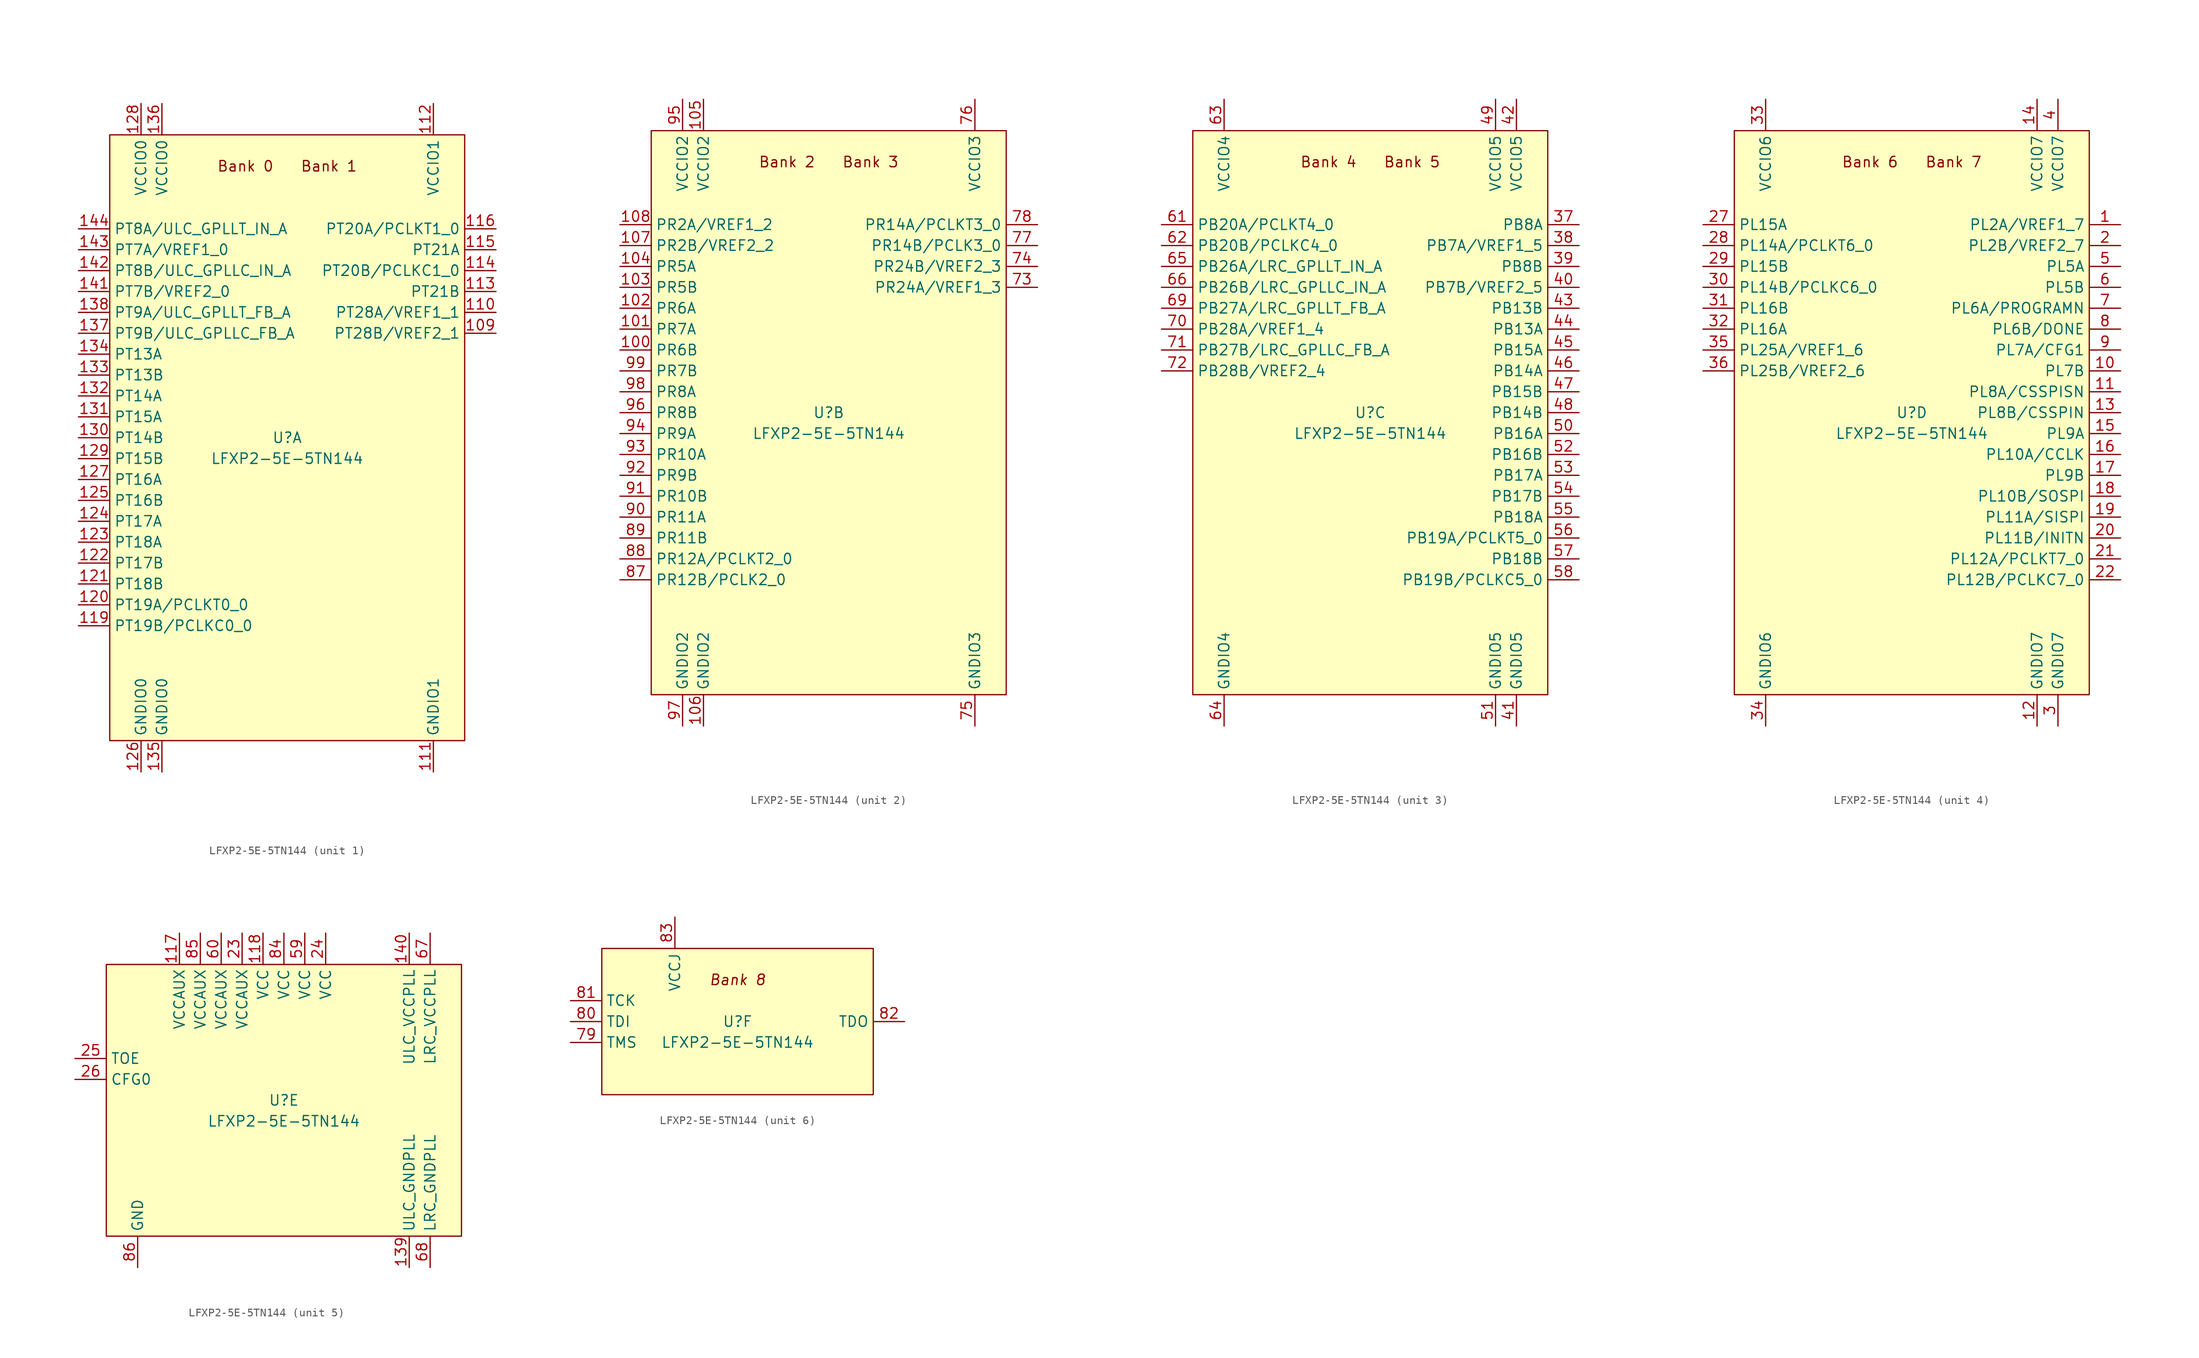
<source format=kicad_sym>
(kicad_symbol_lib
  (version 20231120)
  (generator "kicad_symbol_editor")
  (generator_version "8.0")
  (symbol "LFXP2-5E-5TN144"
    (property "Reference" "U"
      (at 0 0 0)
      (effects (font (size 1.27 1.27))))
    (property "Value" "LFXP2-5E-5TN144"
      (at 0 -2.54 0)
      (effects (font (size 1.27 1.27))))
    (property "ki_locked" ""
      (at 0 0 0)
      (effects (font (size 1.27 1.27))))
    (symbol "LFXP2-5E-5TN144_1_0"
      (text "Bank 0" (at -5.08 33.02 0) (effects (font (size 1.27 1.27))))
      (text "Bank 1" (at 5.08 33.02 0) (effects (font (size 1.27 1.27)))))
    (symbol "LFXP2-5E-5TN144_1_1"
      (rectangle (start -21.59 36.83) (end 21.59 -36.83) (stroke (width 0) (type default)) (fill (type background)))
      (pin bidirectional line (at 25.4 12.7 180) (length 3.81) (name "PT28B/VREF2_1" (effects (font (size 1.27 1.27)))) (number "109" (effects (font (size 1.27 1.27)))))
      (pin bidirectional line (at 25.4 15.24 180) (length 3.81) (name "PT28A/VREF1_1" (effects (font (size 1.27 1.27)))) (number "110" (effects (font (size 1.27 1.27)))))
      (pin power_in line (at 17.78 -40.64 90) (length 3.81) (name "GNDIO1" (effects (font (size 1.27 1.27)))) (number "111" (effects (font (size 1.27 1.27)))))
      (pin power_in line (at 17.78 40.64 270) (length 3.81) (name "VCCIO1" (effects (font (size 1.27 1.27)))) (number "112" (effects (font (size 1.27 1.27)))))
      (pin bidirectional line (at 25.4 17.78 180) (length 3.81) (name "PT21B" (effects (font (size 1.27 1.27)))) (number "113" (effects (font (size 1.27 1.27)))))
      (pin bidirectional line (at 25.4 20.32 180) (length 3.81) (name "PT20B/PCLKC1_0" (effects (font (size 1.27 1.27)))) (number "114" (effects (font (size 1.27 1.27)))))
      (pin bidirectional line (at 25.4 22.86 180) (length 3.81) (name "PT21A" (effects (font (size 1.27 1.27)))) (number "115" (effects (font (size 1.27 1.27)))))
      (pin bidirectional line (at 25.4 25.4 180) (length 3.81) (name "PT20A/PCLKT1_0" (effects (font (size 1.27 1.27)))) (number "116" (effects (font (size 1.27 1.27)))))
      (pin bidirectional line (at -25.4 -22.86 0) (length 3.81) (name "PT19B/PCLKC0_0" (effects (font (size 1.27 1.27)))) (number "119" (effects (font (size 1.27 1.27)))))
      (pin bidirectional line (at -25.4 -20.32 0) (length 3.81) (name "PT19A/PCLKT0_0" (effects (font (size 1.27 1.27)))) (number "120" (effects (font (size 1.27 1.27)))))
      (pin bidirectional line (at -25.4 -17.78 0) (length 3.81) (name "PT18B" (effects (font (size 1.27 1.27)))) (number "121" (effects (font (size 1.27 1.27)))))
      (pin bidirectional line (at -25.4 -15.24 0) (length 3.81) (name "PT17B" (effects (font (size 1.27 1.27)))) (number "122" (effects (font (size 1.27 1.27)))))
      (pin bidirectional line (at -25.4 -12.7 0) (length 3.81) (name "PT18A" (effects (font (size 1.27 1.27)))) (number "123" (effects (font (size 1.27 1.27)))))
      (pin bidirectional line (at -25.4 -10.16 0) (length 3.81) (name "PT17A" (effects (font (size 1.27 1.27)))) (number "124" (effects (font (size 1.27 1.27)))))
      (pin bidirectional line (at -25.4 -7.62 0) (length 3.81) (name "PT16B" (effects (font (size 1.27 1.27)))) (number "125" (effects (font (size 1.27 1.27)))))
      (pin power_in line (at -17.78 -40.64 90) (length 3.81) (name "GNDIO0" (effects (font (size 1.27 1.27)))) (number "126" (effects (font (size 1.27 1.27)))))
      (pin bidirectional line (at -25.4 -5.08 0) (length 3.81) (name "PT16A" (effects (font (size 1.27 1.27)))) (number "127" (effects (font (size 1.27 1.27)))))
      (pin power_in line (at -17.78 40.64 270) (length 3.81) (name "VCCIO0" (effects (font (size 1.27 1.27)))) (number "128" (effects (font (size 1.27 1.27)))))
      (pin bidirectional line (at -25.4 -2.54 0) (length 3.81) (name "PT15B" (effects (font (size 1.27 1.27)))) (number "129" (effects (font (size 1.27 1.27)))))
      (pin bidirectional line (at -25.4 0 0) (length 3.81) (name "PT14B" (effects (font (size 1.27 1.27)))) (number "130" (effects (font (size 1.27 1.27)))))
      (pin bidirectional line (at -25.4 2.54 0) (length 3.81) (name "PT15A" (effects (font (size 1.27 1.27)))) (number "131" (effects (font (size 1.27 1.27)))))
      (pin bidirectional line (at -25.4 5.08 0) (length 3.81) (name "PT14A" (effects (font (size 1.27 1.27)))) (number "132" (effects (font (size 1.27 1.27)))))
      (pin bidirectional line (at -25.4 7.62 0) (length 3.81) (name "PT13B" (effects (font (size 1.27 1.27)))) (number "133" (effects (font (size 1.27 1.27)))))
      (pin bidirectional line (at -25.4 10.16 0) (length 3.81) (name "PT13A" (effects (font (size 1.27 1.27)))) (number "134" (effects (font (size 1.27 1.27)))))
      (pin power_in line (at -15.24 -40.64 90) (length 3.81) (name "GNDIO0" (effects (font (size 1.27 1.27)))) (number "135" (effects (font (size 1.27 1.27)))))
      (pin power_in line (at -15.24 40.64 270) (length 3.81) (name "VCCIO0" (effects (font (size 1.27 1.27)))) (number "136" (effects (font (size 1.27 1.27)))))
      (pin bidirectional line (at -25.4 12.7 0) (length 3.81) (name "PT9B/ULC_GPLLC_FB_A" (effects (font (size 1.27 1.27)))) (number "137" (effects (font (size 1.27 1.27)))))
      (pin bidirectional line (at -25.4 15.24 0) (length 3.81) (name "PT9A/ULC_GPLLT_FB_A" (effects (font (size 1.27 1.27)))) (number "138" (effects (font (size 1.27 1.27)))))
      (pin bidirectional line (at -25.4 17.78 0) (length 3.81) (name "PT7B/VREF2_0" (effects (font (size 1.27 1.27)))) (number "141" (effects (font (size 1.27 1.27)))))
      (pin bidirectional line (at -25.4 20.32 0) (length 3.81) (name "PT8B/ULC_GPLLC_IN_A" (effects (font (size 1.27 1.27)))) (number "142" (effects (font (size 1.27 1.27)))))
      (pin bidirectional line (at -25.4 22.86 0) (length 3.81) (name "PT7A/VREF1_0" (effects (font (size 1.27 1.27)))) (number "143" (effects (font (size 1.27 1.27)))))
      (pin bidirectional line (at -25.4 25.4 0) (length 3.81) (name "PT8A/ULC_GPLLT_IN_A" (effects (font (size 1.27 1.27)))) (number "144" (effects (font (size 1.27 1.27))))))
    (symbol "LFXP2-5E-5TN144_2_0"
      (text "Bank 2" (at -5.08 30.48 0) (effects (font (size 1.27 1.27))))
      (text "Bank 3" (at 5.08 30.48 0) (effects (font (size 1.27 1.27)))))
    (symbol "LFXP2-5E-5TN144_2_1"
      (rectangle (start -21.59 34.29) (end 21.59 -34.29) (stroke (width 0) (type default)) (fill (type background)))
      (pin bidirectional line (at -25.4 7.62 0) (length 3.81) (name "PR6B" (effects (font (size 1.27 1.27)))) (number "100" (effects (font (size 1.27 1.27)))))
      (pin bidirectional line (at -25.4 10.16 0) (length 3.81) (name "PR7A" (effects (font (size 1.27 1.27)))) (number "101" (effects (font (size 1.27 1.27)))))
      (pin bidirectional line (at -25.4 12.7 0) (length 3.81) (name "PR6A" (effects (font (size 1.27 1.27)))) (number "102" (effects (font (size 1.27 1.27)))))
      (pin bidirectional line (at -25.4 15.24 0) (length 3.81) (name "PR5B" (effects (font (size 1.27 1.27)))) (number "103" (effects (font (size 1.27 1.27)))))
      (pin bidirectional line (at -25.4 17.78 0) (length 3.81) (name "PR5A" (effects (font (size 1.27 1.27)))) (number "104" (effects (font (size 1.27 1.27)))))
      (pin power_in line (at -15.24 38.1 270) (length 3.81) (name "VCCIO2" (effects (font (size 1.27 1.27)))) (number "105" (effects (font (size 1.27 1.27)))))
      (pin power_in line (at -15.24 -38.1 90) (length 3.81) (name "GNDIO2" (effects (font (size 1.27 1.27)))) (number "106" (effects (font (size 1.27 1.27)))))
      (pin bidirectional line (at -25.4 20.32 0) (length 3.81) (name "PR2B/VREF2_2" (effects (font (size 1.27 1.27)))) (number "107" (effects (font (size 1.27 1.27)))))
      (pin bidirectional line (at -25.4 22.86 0) (length 3.81) (name "PR2A/VREF1_2" (effects (font (size 1.27 1.27)))) (number "108" (effects (font (size 1.27 1.27)))))
      (pin bidirectional line (at 25.4 15.24 180) (length 3.81) (name "PR24A/VREF1_3" (effects (font (size 1.27 1.27)))) (number "73" (effects (font (size 1.27 1.27)))))
      (pin bidirectional line (at 25.4 17.78 180) (length 3.81) (name "PR24B/VREF2_3" (effects (font (size 1.27 1.27)))) (number "74" (effects (font (size 1.27 1.27)))))
      (pin power_in line (at 17.78 -38.1 90) (length 3.81) (name "GNDIO3" (effects (font (size 1.27 1.27)))) (number "75" (effects (font (size 1.27 1.27)))))
      (pin power_in line (at 17.78 38.1 270) (length 3.81) (name "VCCIO3" (effects (font (size 1.27 1.27)))) (number "76" (effects (font (size 1.27 1.27)))))
      (pin bidirectional line (at 25.4 20.32 180) (length 3.81) (name "PR14B/PCLK3_0" (effects (font (size 1.27 1.27)))) (number "77" (effects (font (size 1.27 1.27)))))
      (pin bidirectional line (at 25.4 22.86 180) (length 3.81) (name "PR14A/PCLKT3_0" (effects (font (size 1.27 1.27)))) (number "78" (effects (font (size 1.27 1.27)))))
      (pin bidirectional line (at -25.4 -20.32 0) (length 3.81) (name "PR12B/PCLK2_0" (effects (font (size 1.27 1.27)))) (number "87" (effects (font (size 1.27 1.27)))))
      (pin bidirectional line (at -25.4 -17.78 0) (length 3.81) (name "PR12A/PCLKT2_0" (effects (font (size 1.27 1.27)))) (number "88" (effects (font (size 1.27 1.27)))))
      (pin bidirectional line (at -25.4 -15.24 0) (length 3.81) (name "PR11B" (effects (font (size 1.27 1.27)))) (number "89" (effects (font (size 1.27 1.27)))))
      (pin bidirectional line (at -25.4 -12.7 0) (length 3.81) (name "PR11A" (effects (font (size 1.27 1.27)))) (number "90" (effects (font (size 1.27 1.27)))))
      (pin bidirectional line (at -25.4 -10.16 0) (length 3.81) (name "PR10B" (effects (font (size 1.27 1.27)))) (number "91" (effects (font (size 1.27 1.27)))))
      (pin bidirectional line (at -25.4 -7.62 0) (length 3.81) (name "PR9B" (effects (font (size 1.27 1.27)))) (number "92" (effects (font (size 1.27 1.27)))))
      (pin bidirectional line (at -25.4 -5.08 0) (length 3.81) (name "PR10A" (effects (font (size 1.27 1.27)))) (number "93" (effects (font (size 1.27 1.27)))))
      (pin bidirectional line (at -25.4 -2.54 0) (length 3.81) (name "PR9A" (effects (font (size 1.27 1.27)))) (number "94" (effects (font (size 1.27 1.27)))))
      (pin power_in line (at -17.78 38.1 270) (length 3.81) (name "VCCIO2" (effects (font (size 1.27 1.27)))) (number "95" (effects (font (size 1.27 1.27)))))
      (pin bidirectional line (at -25.4 0 0) (length 3.81) (name "PR8B" (effects (font (size 1.27 1.27)))) (number "96" (effects (font (size 1.27 1.27)))))
      (pin power_in line (at -17.78 -38.1 90) (length 3.81) (name "GNDIO2" (effects (font (size 1.27 1.27)))) (number "97" (effects (font (size 1.27 1.27)))))
      (pin bidirectional line (at -25.4 2.54 0) (length 3.81) (name "PR8A" (effects (font (size 1.27 1.27)))) (number "98" (effects (font (size 1.27 1.27)))))
      (pin bidirectional line (at -25.4 5.08 0) (length 3.81) (name "PR7B" (effects (font (size 1.27 1.27)))) (number "99" (effects (font (size 1.27 1.27))))))
    (symbol "LFXP2-5E-5TN144_3_0"
      (text "Bank 4" (at -5.08 30.48 0) (effects (font (size 1.27 1.27))))
      (text "Bank 5" (at 5.08 30.48 0) (effects (font (size 1.27 1.27)))))
    (symbol "LFXP2-5E-5TN144_3_1"
      (rectangle (start -21.59 34.29) (end 21.59 -34.29) (stroke (width 0) (type default)) (fill (type background)))
      (pin bidirectional line (at 25.4 22.86 180) (length 3.81) (name "PB8A" (effects (font (size 1.27 1.27)))) (number "37" (effects (font (size 1.27 1.27)))))
      (pin bidirectional line (at 25.4 20.32 180) (length 3.81) (name "PB7A/VREF1_5" (effects (font (size 1.27 1.27)))) (number "38" (effects (font (size 1.27 1.27)))))
      (pin bidirectional line (at 25.4 17.78 180) (length 3.81) (name "PB8B" (effects (font (size 1.27 1.27)))) (number "39" (effects (font (size 1.27 1.27)))))
      (pin bidirectional line (at 25.4 15.24 180) (length 3.81) (name "PB7B/VREF2_5" (effects (font (size 1.27 1.27)))) (number "40" (effects (font (size 1.27 1.27)))))
      (pin power_in line (at 17.78 -38.1 90) (length 3.81) (name "GNDIO5" (effects (font (size 1.27 1.27)))) (number "41" (effects (font (size 1.27 1.27)))))
      (pin power_in line (at 17.78 38.1 270) (length 3.81) (name "VCCIO5" (effects (font (size 1.27 1.27)))) (number "42" (effects (font (size 1.27 1.27)))))
      (pin bidirectional line (at 25.4 12.7 180) (length 3.81) (name "PB13B" (effects (font (size 1.27 1.27)))) (number "43" (effects (font (size 1.27 1.27)))))
      (pin bidirectional line (at 25.4 10.16 180) (length 3.81) (name "PB13A" (effects (font (size 1.27 1.27)))) (number "44" (effects (font (size 1.27 1.27)))))
      (pin bidirectional line (at 25.4 7.62 180) (length 3.81) (name "PB15A" (effects (font (size 1.27 1.27)))) (number "45" (effects (font (size 1.27 1.27)))))
      (pin bidirectional line (at 25.4 5.08 180) (length 3.81) (name "PB14A" (effects (font (size 1.27 1.27)))) (number "46" (effects (font (size 1.27 1.27)))))
      (pin bidirectional line (at 25.4 2.54 180) (length 3.81) (name "PB15B" (effects (font (size 1.27 1.27)))) (number "47" (effects (font (size 1.27 1.27)))))
      (pin bidirectional line (at 25.4 0 180) (length 3.81) (name "PB14B" (effects (font (size 1.27 1.27)))) (number "48" (effects (font (size 1.27 1.27)))))
      (pin power_in line (at 15.24 38.1 270) (length 3.81) (name "VCCIO5" (effects (font (size 1.27 1.27)))) (number "49" (effects (font (size 1.27 1.27)))))
      (pin bidirectional line (at 25.4 -2.54 180) (length 3.81) (name "PB16A" (effects (font (size 1.27 1.27)))) (number "50" (effects (font (size 1.27 1.27)))))
      (pin power_in line (at 15.24 -38.1 90) (length 3.81) (name "GNDIO5" (effects (font (size 1.27 1.27)))) (number "51" (effects (font (size 1.27 1.27)))))
      (pin bidirectional line (at 25.4 -5.08 180) (length 3.81) (name "PB16B" (effects (font (size 1.27 1.27)))) (number "52" (effects (font (size 1.27 1.27)))))
      (pin bidirectional line (at 25.4 -7.62 180) (length 3.81) (name "PB17A" (effects (font (size 1.27 1.27)))) (number "53" (effects (font (size 1.27 1.27)))))
      (pin bidirectional line (at 25.4 -10.16 180) (length 3.81) (name "PB17B" (effects (font (size 1.27 1.27)))) (number "54" (effects (font (size 1.27 1.27)))))
      (pin bidirectional line (at 25.4 -12.7 180) (length 3.81) (name "PB18A" (effects (font (size 1.27 1.27)))) (number "55" (effects (font (size 1.27 1.27)))))
      (pin bidirectional line (at 25.4 -15.24 180) (length 3.81) (name "PB19A/PCLKT5_0" (effects (font (size 1.27 1.27)))) (number "56" (effects (font (size 1.27 1.27)))))
      (pin bidirectional line (at 25.4 -17.78 180) (length 3.81) (name "PB18B" (effects (font (size 1.27 1.27)))) (number "57" (effects (font (size 1.27 1.27)))))
      (pin bidirectional line (at 25.4 -20.32 180) (length 3.81) (name "PB19B/PCLKC5_0" (effects (font (size 1.27 1.27)))) (number "58" (effects (font (size 1.27 1.27)))))
      (pin bidirectional line (at -25.4 22.86 0) (length 3.81) (name "PB20A/PCLKT4_0" (effects (font (size 1.27 1.27)))) (number "61" (effects (font (size 1.27 1.27)))))
      (pin bidirectional line (at -25.4 20.32 0) (length 3.81) (name "PB20B/PCLKC4_0" (effects (font (size 1.27 1.27)))) (number "62" (effects (font (size 1.27 1.27)))))
      (pin power_in line (at -17.78 38.1 270) (length 3.81) (name "VCCIO4" (effects (font (size 1.27 1.27)))) (number "63" (effects (font (size 1.27 1.27)))))
      (pin power_in line (at -17.78 -38.1 90) (length 3.81) (name "GNDIO4" (effects (font (size 1.27 1.27)))) (number "64" (effects (font (size 1.27 1.27)))))
      (pin bidirectional line (at -25.4 17.78 0) (length 3.81) (name "PB26A/LRC_GPLLT_IN_A" (effects (font (size 1.27 1.27)))) (number "65" (effects (font (size 1.27 1.27)))))
      (pin bidirectional line (at -25.4 15.24 0) (length 3.81) (name "PB26B/LRC_GPLLC_IN_A" (effects (font (size 1.27 1.27)))) (number "66" (effects (font (size 1.27 1.27)))))
      (pin bidirectional line (at -25.4 12.7 0) (length 3.81) (name "PB27A/LRC_GPLLT_FB_A" (effects (font (size 1.27 1.27)))) (number "69" (effects (font (size 1.27 1.27)))))
      (pin bidirectional line (at -25.4 10.16 0) (length 3.81) (name "PB28A/VREF1_4" (effects (font (size 1.27 1.27)))) (number "70" (effects (font (size 1.27 1.27)))))
      (pin bidirectional line (at -25.4 7.62 0) (length 3.81) (name "PB27B/LRC_GPLLC_FB_A" (effects (font (size 1.27 1.27)))) (number "71" (effects (font (size 1.27 1.27)))))
      (pin bidirectional line (at -25.4 5.08 0) (length 3.81) (name "PB28B/VREF2_4" (effects (font (size 1.27 1.27)))) (number "72" (effects (font (size 1.27 1.27))))))
    (symbol "LFXP2-5E-5TN144_4_0"
      (text "Bank 6" (at -5.08 30.48 0) (effects (font (size 1.27 1.27))))
      (text "Bank 7" (at 5.08 30.48 0) (effects (font (size 1.27 1.27)))))
    (symbol "LFXP2-5E-5TN144_4_1"
      (rectangle (start -21.59 34.29) (end 21.59 -34.29) (stroke (width 0) (type default)) (fill (type background)))
      (pin bidirectional line (at 25.4 22.86 180) (length 3.81) (name "PL2A/VREF1_7" (effects (font (size 1.27 1.27)))) (number "1" (effects (font (size 1.27 1.27)))))
      (pin bidirectional line (at 25.4 5.08 180) (length 3.81) (name "PL7B" (effects (font (size 1.27 1.27)))) (number "10" (effects (font (size 1.27 1.27)))))
      (pin bidirectional line (at 25.4 2.54 180) (length 3.81) (name "PL8A/CSSPISN" (effects (font (size 1.27 1.27)))) (number "11" (effects (font (size 1.27 1.27)))))
      (pin power_in line (at 15.24 -38.1 90) (length 3.81) (name "GNDIO7" (effects (font (size 1.27 1.27)))) (number "12" (effects (font (size 1.27 1.27)))))
      (pin bidirectional line (at 25.4 0 180) (length 3.81) (name "PL8B/CSSPIN" (effects (font (size 1.27 1.27)))) (number "13" (effects (font (size 1.27 1.27)))))
      (pin power_in line (at 15.24 38.1 270) (length 3.81) (name "VCCIO7" (effects (font (size 1.27 1.27)))) (number "14" (effects (font (size 1.27 1.27)))))
      (pin bidirectional line (at 25.4 -2.54 180) (length 3.81) (name "PL9A" (effects (font (size 1.27 1.27)))) (number "15" (effects (font (size 1.27 1.27)))))
      (pin bidirectional line (at 25.4 -5.08 180) (length 3.81) (name "PL10A/CCLK" (effects (font (size 1.27 1.27)))) (number "16" (effects (font (size 1.27 1.27)))))
      (pin bidirectional line (at 25.4 -7.62 180) (length 3.81) (name "PL9B" (effects (font (size 1.27 1.27)))) (number "17" (effects (font (size 1.27 1.27)))))
      (pin bidirectional line (at 25.4 -10.16 180) (length 3.81) (name "PL10B/SOSPI" (effects (font (size 1.27 1.27)))) (number "18" (effects (font (size 1.27 1.27)))))
      (pin bidirectional line (at 25.4 -12.7 180) (length 3.81) (name "PL11A/SISPI" (effects (font (size 1.27 1.27)))) (number "19" (effects (font (size 1.27 1.27)))))
      (pin bidirectional line (at 25.4 20.32 180) (length 3.81) (name "PL2B/VREF2_7" (effects (font (size 1.27 1.27)))) (number "2" (effects (font (size 1.27 1.27)))))
      (pin bidirectional line (at 25.4 -15.24 180) (length 3.81) (name "PL11B/INITN" (effects (font (size 1.27 1.27)))) (number "20" (effects (font (size 1.27 1.27)))))
      (pin bidirectional line (at 25.4 -17.78 180) (length 3.81) (name "PL12A/PCLKT7_0" (effects (font (size 1.27 1.27)))) (number "21" (effects (font (size 1.27 1.27)))))
      (pin bidirectional line (at 25.4 -20.32 180) (length 3.81) (name "PL12B/PCLKC7_0" (effects (font (size 1.27 1.27)))) (number "22" (effects (font (size 1.27 1.27)))))
      (pin bidirectional line (at -25.4 22.86 0) (length 3.81) (name "PL15A" (effects (font (size 1.27 1.27)))) (number "27" (effects (font (size 1.27 1.27)))))
      (pin bidirectional line (at -25.4 20.32 0) (length 3.81) (name "PL14A/PCLKT6_0" (effects (font (size 1.27 1.27)))) (number "28" (effects (font (size 1.27 1.27)))))
      (pin bidirectional line (at -25.4 17.78 0) (length 3.81) (name "PL15B" (effects (font (size 1.27 1.27)))) (number "29" (effects (font (size 1.27 1.27)))))
      (pin power_in line (at 17.78 -38.1 90) (length 3.81) (name "GNDIO7" (effects (font (size 1.27 1.27)))) (number "3" (effects (font (size 1.27 1.27)))))
      (pin bidirectional line (at -25.4 15.24 0) (length 3.81) (name "PL14B/PCLKC6_0" (effects (font (size 1.27 1.27)))) (number "30" (effects (font (size 1.27 1.27)))))
      (pin bidirectional line (at -25.4 12.7 0) (length 3.81) (name "PL16B" (effects (font (size 1.27 1.27)))) (number "31" (effects (font (size 1.27 1.27)))))
      (pin bidirectional line (at -25.4 10.16 0) (length 3.81) (name "PL16A" (effects (font (size 1.27 1.27)))) (number "32" (effects (font (size 1.27 1.27)))))
      (pin power_in line (at -17.78 38.1 270) (length 3.81) (name "VCCIO6" (effects (font (size 1.27 1.27)))) (number "33" (effects (font (size 1.27 1.27)))))
      (pin power_in line (at -17.78 -38.1 90) (length 3.81) (name "GNDIO6" (effects (font (size 1.27 1.27)))) (number "34" (effects (font (size 1.27 1.27)))))
      (pin bidirectional line (at -25.4 7.62 0) (length 3.81) (name "PL25A/VREF1_6" (effects (font (size 1.27 1.27)))) (number "35" (effects (font (size 1.27 1.27)))))
      (pin bidirectional line (at -25.4 5.08 0) (length 3.81) (name "PL25B/VREF2_6" (effects (font (size 1.27 1.27)))) (number "36" (effects (font (size 1.27 1.27)))))
      (pin power_in line (at 17.78 38.1 270) (length 3.81) (name "VCCIO7" (effects (font (size 1.27 1.27)))) (number "4" (effects (font (size 1.27 1.27)))))
      (pin bidirectional line (at 25.4 17.78 180) (length 3.81) (name "PL5A" (effects (font (size 1.27 1.27)))) (number "5" (effects (font (size 1.27 1.27)))))
      (pin bidirectional line (at 25.4 15.24 180) (length 3.81) (name "PL5B" (effects (font (size 1.27 1.27)))) (number "6" (effects (font (size 1.27 1.27)))))
      (pin bidirectional line (at 25.4 12.7 180) (length 3.81) (name "PL6A/PROGRAMN" (effects (font (size 1.27 1.27)))) (number "7" (effects (font (size 1.27 1.27)))))
      (pin bidirectional line (at 25.4 10.16 180) (length 3.81) (name "PL6B/DONE" (effects (font (size 1.27 1.27)))) (number "8" (effects (font (size 1.27 1.27)))))
      (pin bidirectional line (at 25.4 7.62 180) (length 3.81) (name "PL7A/CFG1" (effects (font (size 1.27 1.27)))) (number "9" (effects (font (size 1.27 1.27))))))
    (symbol "LFXP2-5E-5TN144_5_1"
      (rectangle (start -21.59 16.51) (end 21.59 -16.51) (stroke (width 0) (type default)) (fill (type background)))
      (pin power_in line (at -12.7 20.32 270) (length 3.81) (name "VCCAUX" (effects (font (size 1.27 1.27)))) (number "117" (effects (font (size 1.27 1.27)))))
      (pin power_in line (at -2.54 20.32 270) (length 3.81) (name "VCC" (effects (font (size 1.27 1.27)))) (number "118" (effects (font (size 1.27 1.27)))))
      (pin power_in line (at 15.24 -20.32 90) (length 3.81) (name "ULC_GNDPLL" (effects (font (size 1.27 1.27)))) (number "139" (effects (font (size 1.27 1.27)))))
      (pin power_in line (at 15.24 20.32 270) (length 3.81) (name "ULC_VCCPLL" (effects (font (size 1.27 1.27)))) (number "140" (effects (font (size 1.27 1.27)))))
      (pin power_in line (at -5.08 20.32 270) (length 3.81) (name "VCCAUX" (effects (font (size 1.27 1.27)))) (number "23" (effects (font (size 1.27 1.27)))))
      (pin power_in line (at 5.08 20.32 270) (length 3.81) (name "VCC" (effects (font (size 1.27 1.27)))) (number "24" (effects (font (size 1.27 1.27)))))
      (pin input line (at -25.4 5.08 0) (length 3.81) (name "TOE" (effects (font (size 1.27 1.27)))) (number "25" (effects (font (size 1.27 1.27)))))
      (pin input line (at -25.4 2.54 0) (length 3.81) (name "CFG0" (effects (font (size 1.27 1.27)))) (number "26" (effects (font (size 1.27 1.27)))))
      (pin power_in line (at 2.54 20.32 270) (length 3.81) (name "VCC" (effects (font (size 1.27 1.27)))) (number "59" (effects (font (size 1.27 1.27)))))
      (pin power_in line (at -7.62 20.32 270) (length 3.81) (name "VCCAUX" (effects (font (size 1.27 1.27)))) (number "60" (effects (font (size 1.27 1.27)))))
      (pin power_in line (at 17.78 20.32 270) (length 3.81) (name "LRC_VCCPLL" (effects (font (size 1.27 1.27)))) (number "67" (effects (font (size 1.27 1.27)))))
      (pin power_in line (at 17.78 -20.32 90) (length 3.81) (name "LRC_GNDPLL" (effects (font (size 1.27 1.27)))) (number "68" (effects (font (size 1.27 1.27)))))
      (pin power_in line (at 0 20.32 270) (length 3.81) (name "VCC" (effects (font (size 1.27 1.27)))) (number "84" (effects (font (size 1.27 1.27)))))
      (pin power_in line (at -10.16 20.32 270) (length 3.81) (name "VCCAUX" (effects (font (size 1.27 1.27)))) (number "85" (effects (font (size 1.27 1.27)))))
      (pin power_in line (at -17.78 -20.32 90) (length 3.81) (name "GND" (effects (font (size 1.27 1.27)))) (number "86" (effects (font (size 1.27 1.27))))))
    (symbol "LFXP2-5E-5TN144_6_0"
      (rectangle (start -16.51 8.89) (end 16.51 -8.89) (stroke (width 0) (type default)) (fill (type background)))
      (text "Bank 8" (at 0 5.08 0) (effects (font (size 1.27 1.27) (italic yes)))))
    (symbol "LFXP2-5E-5TN144_6_1"
      (pin input line (at -20.32 -2.54 0) (length 3.81) (name "TMS" (effects (font (size 1.27 1.27)))) (number "79" (effects (font (size 1.27 1.27)))))
      (pin input line (at -20.32 0 0) (length 3.81) (name "TDI" (effects (font (size 1.27 1.27)))) (number "80" (effects (font (size 1.27 1.27)))))
      (pin input line (at -20.32 2.54 0) (length 3.81) (name "TCK" (effects (font (size 1.27 1.27)))) (number "81" (effects (font (size 1.27 1.27)))))
      (pin output line (at 20.32 0 180) (length 3.81) (name "TDO" (effects (font (size 1.27 1.27)))) (number "82" (effects (font (size 1.27 1.27)))))
      (pin power_in line (at -7.62 12.7 270) (length 3.81) (name "VCCJ" (effects (font (size 1.27 1.27)))) (number "83" (effects (font (size 1.27 1.27))))))))
</source>
